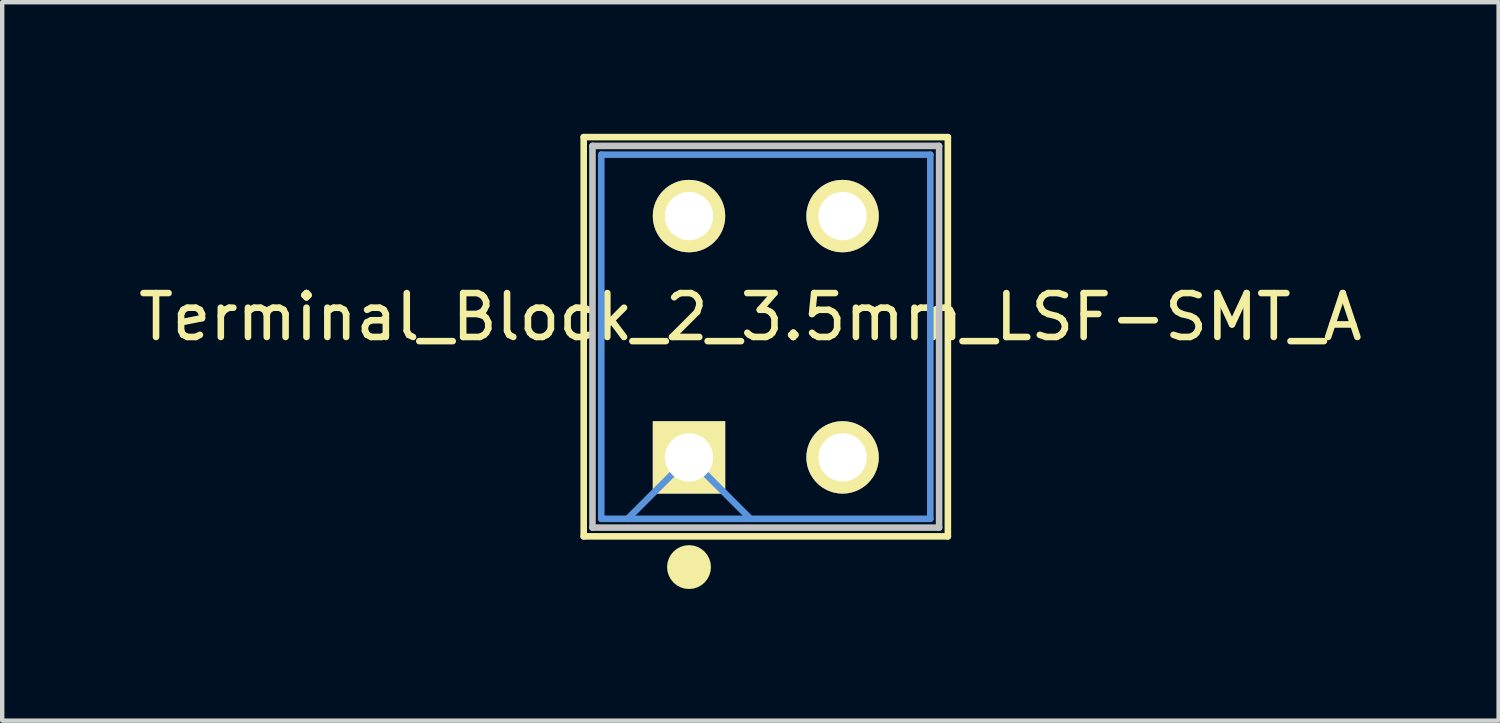
<source format=kicad_pcb>
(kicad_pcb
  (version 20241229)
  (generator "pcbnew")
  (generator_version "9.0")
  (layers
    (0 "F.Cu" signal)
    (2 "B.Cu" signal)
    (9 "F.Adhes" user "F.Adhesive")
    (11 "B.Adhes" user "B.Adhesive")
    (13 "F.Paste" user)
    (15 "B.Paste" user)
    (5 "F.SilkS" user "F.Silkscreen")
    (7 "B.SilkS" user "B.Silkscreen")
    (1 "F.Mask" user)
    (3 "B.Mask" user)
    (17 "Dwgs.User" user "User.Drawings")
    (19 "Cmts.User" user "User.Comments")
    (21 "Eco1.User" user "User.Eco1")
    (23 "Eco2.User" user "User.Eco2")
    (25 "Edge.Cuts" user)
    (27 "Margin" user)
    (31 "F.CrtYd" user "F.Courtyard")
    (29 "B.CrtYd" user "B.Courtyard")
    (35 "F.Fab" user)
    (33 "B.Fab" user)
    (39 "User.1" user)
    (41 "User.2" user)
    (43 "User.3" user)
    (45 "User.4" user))
  (footprint "Terminal_Block_2_3.5mm_LSF-SMT_A"
    (layer "F.Cu")
    (at 12.654 7.375)
    (property "Reference" "Terminal_Block_2_3.5mm_LSF-SMT_A" (at 1.4 -3.2 0) (layer "F.SilkS") (effects (font (size 1 1) (thickness 0.15))))
    (attr through_hole)
    (fp_line (start -2.4 -7.3) (end -2.4 1.8) (stroke (width 0.15) (type solid)) (layer "F.SilkS"))
    (fp_line (start -2.4 1.8) (end 5.9 1.8) (stroke (width 0.15) (type solid)) (layer "F.SilkS"))
    (fp_line (start 5.9 -7.3) (end -2.4 -7.3) (stroke (width 0.15) (type solid)) (layer "F.SilkS"))
    (fp_line (start 5.9 1.8) (end 5.9 -7.3) (stroke (width 0.15) (type solid)) (layer "F.SilkS"))
    (fp_circle (center 0 2.5) (end 0.25 2.5) (stroke (width 0.5) (type solid)) (fill no) (layer "F.SilkS"))
    (fp_line (start -2.2 -7.1) (end -2.2 1.6) (stroke (width 0.15) (type solid)) (layer "Dwgs.User"))
    (fp_line (start -2.2 1.6) (end 5.7 1.6) (stroke (width 0.15) (type solid)) (layer "Dwgs.User"))
    (fp_line (start 5.7 -7.1) (end -2.2 -7.1) (stroke (width 0.15) (type solid)) (layer "Dwgs.User"))
    (fp_line (start 5.7 1.6) (end 5.7 -7.1) (stroke (width 0.15) (type solid)) (layer "Dwgs.User"))
    (fp_line (start -2 -6.9) (end -2 1.4) (stroke (width 0.15) (type solid)) (layer "Cmts.User"))
    (fp_line (start -2 1.4) (end 5.5 1.4) (stroke (width 0.15) (type solid)) (layer "Cmts.User"))
    (fp_line (start -1.4 1.4) (end 0 0) (stroke (width 0.15) (type solid)) (layer "Cmts.User"))
    (fp_line (start 0 0) (end 1.4 1.4) (stroke (width 0.15) (type solid)) (layer "Cmts.User"))
    (fp_line (start 5.5 -6.9) (end -2 -6.9) (stroke (width 0.15) (type solid)) (layer "Cmts.User"))
    (fp_line (start 5.5 1.4) (end 5.5 -6.9) (stroke (width 0.15) (type solid)) (layer "Cmts.User"))
    (pad "1" thru_hole circle (at 0 -5.5) (size 1.65 1.65) (drill 1.1) (layers "*.Cu" "*.Mask" "F.SilkS"))
    (pad "1" thru_hole rect (at 0 0) (size 1.65 1.65) (drill 1.1) (layers "*.Cu" "*.Mask" "F.SilkS"))
    (pad "2" thru_hole circle (at 3.5 -5.5) (size 1.65 1.65) (drill 1.1) (layers "*.Cu" "*.Mask" "F.SilkS"))
    (pad "2" thru_hole circle (at 3.5 0) (size 1.65 1.65) (drill 1.1) (layers "*.Cu" "*.Mask" "F.SilkS")))
  (gr_rect
    (start -3 -3)
    (end 31.107 13.375)
    (stroke (width 0.1) (type default))
    (fill no)
    (layer "Edge.Cuts")))
</source>
